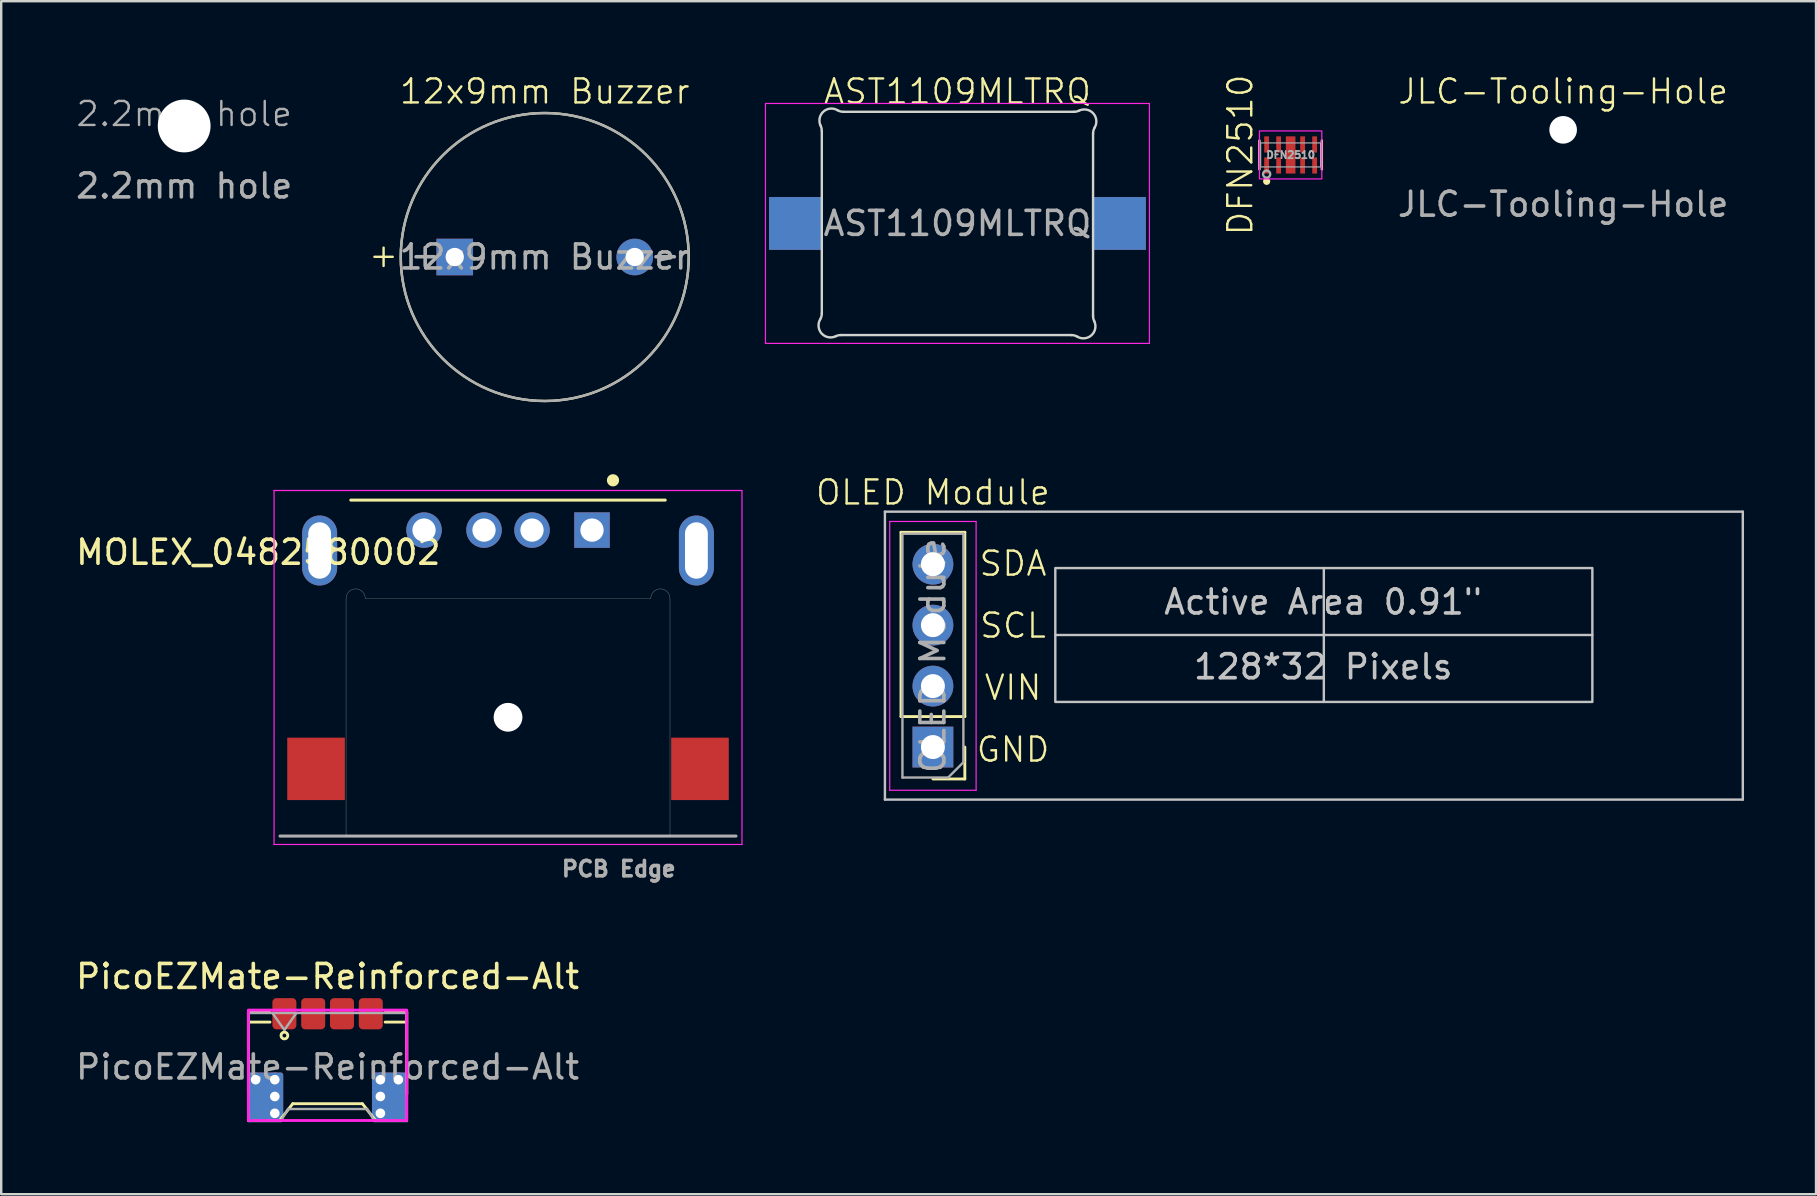
<source format=kicad_pcb>
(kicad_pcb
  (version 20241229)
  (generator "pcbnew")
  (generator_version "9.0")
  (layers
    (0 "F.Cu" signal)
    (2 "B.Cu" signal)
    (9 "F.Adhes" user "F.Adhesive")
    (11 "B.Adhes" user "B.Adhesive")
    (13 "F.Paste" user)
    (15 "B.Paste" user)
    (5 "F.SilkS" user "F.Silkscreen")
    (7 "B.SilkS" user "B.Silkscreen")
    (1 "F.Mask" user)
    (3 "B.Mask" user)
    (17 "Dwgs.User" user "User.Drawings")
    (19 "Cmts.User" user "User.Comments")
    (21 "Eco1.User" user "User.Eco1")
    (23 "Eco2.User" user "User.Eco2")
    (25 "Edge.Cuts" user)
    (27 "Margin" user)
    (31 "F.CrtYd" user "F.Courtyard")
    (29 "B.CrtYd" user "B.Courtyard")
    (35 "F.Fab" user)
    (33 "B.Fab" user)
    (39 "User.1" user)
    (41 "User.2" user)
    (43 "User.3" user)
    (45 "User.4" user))
  (footprint "DFN2510"
    (layer "F.Cu")
    (at 50.733 3.407)
    (property "Reference" "DFN2510" (at -2.1 0 90) (unlocked yes) (layer "F.SilkS") (effects (font (size 1 1) (thickness 0.1))))
    (attr smd)
    (fp_line (start -1.3 0.6) (end -1.3 -0.6) (stroke (width 0.1) (type default)) (layer "F.SilkS"))
    (fp_line (start 1.3 0.6) (end 1.3 -0.6) (stroke (width 0.1) (type default)) (layer "F.SilkS"))
    (fp_circle (center -1 1.1) (end -0.85 1.1) (stroke (width 0) (type solid)) (fill yes) (layer "F.SilkS"))
    (fp_rect (start -1.3 -1) (end 1.3 1) (stroke (width 0.05) (type default)) (fill no) (layer "F.CrtYd"))
    (fp_rect (start -1.25 -0.5) (end 1.25 0.5) (stroke (width 0.05) (type default)) (fill no) (layer "F.Fab"))
    (fp_circle (center -1 0.8) (end -0.85 0.8) (stroke (width 0.1) (type solid)) (fill no) (layer "F.Fab"))
    (fp_text user "${REFERENCE}" (at 0 0 0) (unlocked yes) (layer "F.Fab") (effects (font (size 0.3 0.3) (thickness 0.075) (bold yes))))
    (pad "1" smd rect (at -1 0.438) (size 0.2 0.675) (layers "F.Cu" "F.Mask" "F.Paste"))
    (pad "2" smd rect (at -0.5 0.438) (size 0.2 0.675) (layers "F.Cu" "F.Mask" "F.Paste"))
    (pad "3" smd rect (at 0 0.388) (size 0.4 0.775) (layers "F.Cu" "F.Mask" "F.Paste"))
    (pad "4" smd rect (at 0.5 0.438) (size 0.2 0.675) (layers "F.Cu" "F.Mask" "F.Paste"))
    (pad "5" smd rect (at 1 0.438) (size 0.2 0.675) (layers "F.Cu" "F.Mask" "F.Paste"))
    (pad "6" smd rect (at 1 -0.438) (size 0.2 0.675) (layers "F.Cu" "F.Mask" "F.Paste"))
    (pad "7" smd rect (at 0.5 -0.438) (size 0.2 0.675) (layers "F.Cu" "F.Mask" "F.Paste"))
    (pad "8" smd rect (at 0 -0.388) (size 0.4 0.775) (layers "F.Cu" "F.Mask" "F.Paste"))
    (pad "9" smd rect (at -0.5 -0.438) (size 0.2 0.675) (layers "F.Cu" "F.Mask" "F.Paste"))
    (pad "10" smd rect (at -1 -0.438) (size 0.2 0.675) (layers "F.Cu" "F.Mask" "F.Paste")))
  (footprint "2.2mm hole"
    (layer "F.Cu")
    (at 4.625 2.2)
    (property "Reference" "2.2mm hole" (at 0 -0.5 0) (unlocked yes) (layer "F.Fab") (effects (font (size 1 1) (thickness 0.1))))
    (attr through_hole)
    (fp_circle (center 0 0) (end 2.2 0) (stroke (width 0) (type solid)) (fill yes) (layer "F.Mask"))
    (fp_circle (center 0 0) (end 2.2 0) (stroke (width 0) (type solid)) (fill yes) (layer "B.Mask"))
    (fp_text user "${REFERENCE}" (at 0 2.5 0) (unlocked yes) (layer "F.Fab") (effects (font (size 1 1) (thickness 0.15))))
    (pad "" np_thru_hole circle (at 0 0) (size 2.2 2.2) (drill 2.2) (layers "*.Cu")))
  (footprint "AST1109MLTRQ"
    (layer "F.Cu")
    (at 36.848 6.261)
    (property "Reference" "AST1109MLTRQ" (at 0 -5.5 0) (unlocked yes) (layer "F.SilkS") (effects (font (size 1 1) (thickness 0.1))))
    (attr smd)
    (fp_line (start -5.652 3.746) (end -5.652 -3.854) (stroke (width 0.1) (type default)) (layer "Edge.Cuts"))
    (fp_line (start -4.746 -4.651) (end 4.855 -4.652) (stroke (width 0.1) (type default)) (layer "Edge.Cuts"))
    (fp_line (start 4.746 4.652) (end -4.855 4.651) (stroke (width 0.1) (type default)) (layer "Edge.Cuts"))
    (fp_line (start 5.652 -3.746) (end 5.651 3.855) (stroke (width 0.1) (type default)) (layer "Edge.Cuts"))
    (fp_arc (start -5.701485 -4.070877) (mid -5.664511 -3.965229) (end -5.652 -3.854) (stroke (width 0.1) (type solid)) (layer "Edge.Cuts"))
    (fp_arc (start -5.701485 -4.070877) (mid -5.59007 -4.655189) (end -4.998712 -4.719454) (stroke (width 0.1) (type solid)) (layer "Edge.Cuts"))
    (fp_arc (start -5.651701 3.745742) (mid -5.66909 3.876409) (end -5.72 3.998) (stroke (width 0.1) (type solid)) (layer "Edge.Cuts"))
    (fp_arc (start -5.071421 4.700774) (mid -5.655733 4.589359) (end -5.719998 3.998001) (stroke (width 0.1) (type solid)) (layer "Edge.Cuts"))
    (fp_arc (start -5.071421 4.700774) (mid -4.965773 4.6638) (end -4.854544 4.651289) (stroke (width 0.1) (type solid)) (layer "Edge.Cuts"))
    (fp_arc (start -4.746453 -4.651157) (mid -4.877121 -4.668544) (end -4.998711 -4.719456) (stroke (width 0.1) (type solid)) (layer "Edge.Cuts"))
    (fp_arc (start 4.745742 4.651701) (mid 4.876409 4.66909) (end 4.998 4.72) (stroke (width 0.1) (type solid)) (layer "Edge.Cuts"))
    (fp_arc (start 5.071688 -4.701415) (mid 4.96604 -4.664441) (end 4.854811 -4.65193) (stroke (width 0.1) (type solid)) (layer "Edge.Cuts"))
    (fp_arc (start 5.071688 -4.701415) (mid 5.656 -4.59) (end 5.720265 -3.998642) (stroke (width 0.1) (type solid)) (layer "Edge.Cuts"))
    (fp_arc (start 5.651968 -3.746383) (mid 5.669356 -3.87705) (end 5.720267 -3.998641) (stroke (width 0.1) (type solid)) (layer "Edge.Cuts"))
    (fp_arc (start 5.700774 4.071421) (mid 5.589359 4.655733) (end 4.998001 4.719998) (stroke (width 0.1) (type solid)) (layer "Edge.Cuts"))
    (fp_arc (start 5.700774 4.071421) (mid 5.6638 3.965773) (end 5.651289 3.854544) (stroke (width 0.1) (type solid)) (layer "Edge.Cuts"))
    (fp_rect (start -8 -5) (end 8 5) (stroke (width 0.05) (type default)) (fill no) (layer "F.CrtYd"))
    (fp_text user "${REFERENCE}" (at 0 0 0) (unlocked yes) (layer "F.Fab") (effects (font (size 1 1) (thickness 0.15))))
    (pad "1" smd rect (at -6.752 0) (size 2.2 2.2) (layers "F.Cu" "F.Mask"))
    (pad "1" smd rect (at -6.752 0) (size 2.2 2.2) (layers "B.Cu" "B.Mask"))
    (pad "2" smd rect (at 6.752 0) (size 2.2 2.2) (layers "F.Cu" "F.Mask"))
    (pad "2" smd rect (at 6.752 0) (size 2.2 2.2) (layers "B.Cu" "B.Mask")))
  (footprint "OLED Module"
    (layer "F.Cu")
    (at 35.826 24.271)
    (property "Reference" "OLED Module" (at 0 -6.8 0) (unlocked yes) (layer "F.SilkS") (effects (font (size 1 1) (thickness 0.1))))
    (attr through_hole)
    (fp_line (start -1.33 2.54) (end -1.33 -5.14) (stroke (width 0.12) (type solid)) (layer "F.SilkS"))
    (fp_line (start 1.33 -5.14) (end -1.33 -5.14) (stroke (width 0.12) (type solid)) (layer "F.SilkS"))
    (fp_line (start 1.33 2.54) (end -1.33 2.54) (stroke (width 0.12) (type solid)) (layer "F.SilkS"))
    (fp_line (start 1.33 2.54) (end 1.33 -5.14) (stroke (width 0.12) (type solid)) (layer "F.SilkS"))
    (fp_line (start 1.33 3.81) (end 1.33 5.14) (stroke (width 0.12) (type solid)) (layer "F.SilkS"))
    (fp_line (start 1.33 5.14) (end 0 5.14) (stroke (width 0.12) (type solid)) (layer "F.SilkS"))
    (fp_line (start -2 -6) (end -2 6) (stroke (width 0.1) (type default)) (layer "Dwgs.User"))
    (fp_line (start -2 -6) (end 33.75 -6) (stroke (width 0.1) (type default)) (layer "Dwgs.User"))
    (fp_line (start -2 6) (end 33.75 6) (stroke (width 0.1) (type default)) (layer "Dwgs.User"))
    (fp_line (start 5.1 -0.86) (end 27.48 -0.86) (stroke (width 0.1) (type default)) (layer "Dwgs.User"))
    (fp_line (start 16.29 -3.65) (end 16.29 1.93) (stroke (width 0.1) (type default)) (layer "Dwgs.User"))
    (fp_line (start 33.75 -6) (end 33.75 6) (stroke (width 0.1) (type default)) (layer "Dwgs.User"))
    (fp_rect (start 5.1 -3.65) (end 27.48 1.93) (stroke (width 0.1) (type default)) (fill no) (layer "Dwgs.User"))
    (fp_line (start -1.8 -5.59) (end -1.8 5.61) (stroke (width 0.05) (type solid)) (layer "F.CrtYd"))
    (fp_line (start -1.8 5.61) (end 1.8 5.61) (stroke (width 0.05) (type solid)) (layer "F.CrtYd"))
    (fp_line (start 1.8 -5.59) (end -1.8 -5.59) (stroke (width 0.05) (type solid)) (layer "F.CrtYd"))
    (fp_line (start 1.8 5.61) (end 1.8 -5.59) (stroke (width 0.05) (type solid)) (layer "F.CrtYd"))
    (fp_line (start -1.27 -5.08) (end 1.27 -5.08) (stroke (width 0.1) (type solid)) (layer "F.Fab"))
    (fp_line (start -1.27 5.08) (end -1.27 -5.08) (stroke (width 0.1) (type solid)) (layer "F.Fab"))
    (fp_line (start 0.635 5.08) (end -1.27 5.08) (stroke (width 0.1) (type solid)) (layer "F.Fab"))
    (fp_line (start 1.27 -5.08) (end 1.27 4.445) (stroke (width 0.1) (type solid)) (layer "F.Fab"))
    (fp_line (start 1.27 4.445) (end 0.635 5.08) (stroke (width 0.1) (type solid)) (layer "F.Fab"))
    (fp_text user "VIN" (at 2.083 1.917 0) (unlocked yes) (layer "F.SilkS") (effects (font (size 1 1) (thickness 0.1)) (justify left bottom)))
    (fp_text user "SCL" (at 1.893 -0.667 0) (unlocked yes) (layer "F.SilkS") (effects (font (size 1 1) (thickness 0.1)) (justify left bottom)))
    (fp_text user "SDA" (at 1.869 -3.25 0) (unlocked yes) (layer "F.SilkS") (effects (font (size 1 1) (thickness 0.1)) (justify left bottom)))
    (fp_text user "GND" (at 1.75 4.5 0) (unlocked yes) (layer "F.SilkS") (effects (font (size 1 1) (thickness 0.1)) (justify left bottom)))
    (fp_text user "Active Area 0.91\"" (at 9.546 -1.65 0) (unlocked yes) (layer "Dwgs.User") (effects (font (size 1 1) (thickness 0.15)) (justify left bottom)))
    (fp_text user "128*32 Pixels" (at 10.784 1.05 0) (unlocked yes) (layer "Dwgs.User") (effects (font (size 1 1) (thickness 0.15)) (justify left bottom)))
    (fp_text user "${REFERENCE}" (at 0 0 270) (layer "F.Fab") (effects (font (size 1 1) (thickness 0.15))))
    (pad "1" thru_hole rect (at 0 3.81 180) (size 1.7 1.7) (drill 1) (layers "*.Cu" "*.Mask"))
    (pad "2" thru_hole oval (at 0 1.27 180) (size 1.7 1.7) (drill 1) (layers "*.Cu" "*.Mask"))
    (pad "3" thru_hole oval (at 0 -1.27 180) (size 1.7 1.7) (drill 1) (layers "*.Cu" "*.Mask"))
    (pad "4" thru_hole oval (at 0 -3.81 180) (size 1.7 1.7) (drill 1) (layers "*.Cu" "*.Mask")))
  (footprint "12x9mm Buzzer"
    (layer "F.Cu")
    (at 19.65 7.66)
    (property "Reference" "12x9mm Buzzer" (at 0 -6.9 0) (unlocked yes) (layer "F.SilkS") (effects (font (size 1 1) (thickness 0.1))))
    (attr through_hole)
    (fp_circle (center 0 0) (end 0 -6) (stroke (width 0.1) (type default)) (fill no) (layer "F.SilkS"))
    (fp_circle (center 0 0) (end 0 -6) (stroke (width 0.1) (type default)) (fill no) (layer "F.Fab"))
    (fp_text user "+" (at -7.4 0.5 0) (unlocked yes) (layer "F.SilkS") (effects (font (size 1 1) (thickness 0.1)) (justify left bottom)))
    (fp_text user "${REFERENCE}" (at 0 0 0) (unlocked yes) (layer "F.Fab") (effects (font (size 1 1) (thickness 0.15))))
    (fp_text user "+" (at -5.7 0.5 0) (unlocked yes) (layer "F.Fab") (effects (font (size 1 1) (thickness 0.15)) (justify left bottom)))
    (fp_text user "-" (at 4.3 0.5 0) (unlocked yes) (layer "F.Fab") (effects (font (size 1 1) (thickness 0.15)) (justify left bottom)))
    (pad "1" thru_hole rect (at -3.75 0) (size 1.524 1.524) (drill 0.762) (layers "*.Cu" "*.Mask"))
    (pad "2" thru_hole circle (at 3.75 0) (size 1.524 1.524) (drill 0.762) (layers "*.Cu" "*.Mask")))
  (footprint "PicoEZMate-Reinforced-Alt"
    (layer "F.Cu")
    (at 10.601 41.143)
    (property "Reference" "PicoEZMate-Reinforced-Alt" (at 0 -3.5 0) (layer "F.SilkS") (effects (font (size 1 1) (thickness 0.15))))
    (attr smd)
    (fp_line (start -3.3 -2) (end -3.3 1.4) (stroke (width 0.12) (type solid)) (layer "F.SilkS"))
    (fp_line (start -3.3 -2) (end -2.4 -2) (stroke (width 0.12) (type solid)) (layer "F.SilkS"))
    (fp_line (start -2.4 -1.6) (end -3.3 -1.6) (stroke (width 0.12) (type solid)) (layer "F.SilkS"))
    (fp_line (start -2 2.5) (end -2.5 2.5) (stroke (width 0.12) (type solid)) (layer "F.SilkS"))
    (fp_line (start -1.45 1.8) (end -2 2.5) (stroke (width 0.12) (type solid)) (layer "F.SilkS"))
    (fp_line (start 1.45 1.8) (end -1.45 1.8) (stroke (width 0.12) (type solid)) (layer "F.SilkS"))
    (fp_line (start 2 2.5) (end 1.45 1.8) (stroke (width 0.12) (type solid)) (layer "F.SilkS"))
    (fp_line (start 2 2.5) (end 2.5 2.5) (stroke (width 0.12) (type solid)) (layer "F.SilkS"))
    (fp_line (start 2.4 -2) (end 3.3 -2) (stroke (width 0.12) (type solid)) (layer "F.SilkS"))
    (fp_line (start 3.3 -2) (end 3.3 1.4) (stroke (width 0.12) (type solid)) (layer "F.SilkS"))
    (fp_line (start 3.3 -1.6) (end 2.4 -1.6) (stroke (width 0.12) (type solid)) (layer "F.SilkS"))
    (fp_circle (center -1.8 -1.041) (end -1.7 -1.141) (stroke (width 0.12) (type solid)) (fill no) (layer "F.SilkS"))
    (fp_rect (start -3.3 -2.1) (end 3.3 2.5) (stroke (width 0.12) (type solid)) (fill no) (layer "F.CrtYd"))
    (fp_line (start -3.3 -1.98) (end -3.3 2.52) (stroke (width 0.1) (type solid)) (layer "F.Fab"))
    (fp_line (start -3.3 -1.98) (end 3.3 -1.98) (stroke (width 0.1) (type solid)) (layer "F.Fab"))
    (fp_line (start -3.3 2.52) (end -1.95 2.52) (stroke (width 0.1) (type solid)) (layer "F.Fab"))
    (fp_line (start -2.3 -1.98) (end -1.8 -1.273) (stroke (width 0.1) (type solid)) (layer "F.Fab"))
    (fp_line (start -1.95 2.52) (end -1.65 2.02) (stroke (width 0.1) (type solid)) (layer "F.Fab"))
    (fp_line (start -1.8 -1.273) (end -1.3 -1.98) (stroke (width 0.1) (type solid)) (layer "F.Fab"))
    (fp_line (start -1.65 2.02) (end 1.65 2.02) (stroke (width 0.1) (type solid)) (layer "F.Fab"))
    (fp_line (start 1.65 2.02) (end 1.95 2.52) (stroke (width 0.1) (type solid)) (layer "F.Fab"))
    (fp_line (start 1.95 2.52) (end 3.3 2.52) (stroke (width 0.1) (type solid)) (layer "F.Fab"))
    (fp_line (start 3.3 -1.98) (end 3.3 2.52) (stroke (width 0.1) (type solid)) (layer "F.Fab"))
    (fp_text user "${REFERENCE}" (at 0 0.27 0) (layer "F.Fab") (effects (font (size 1 1) (thickness 0.15))))
    (pad "" smd roundrect (at -2.95 2) (size 0.7 1) (layers "F.Mask" "F.Paste") (roundrect_rratio 0.143))
    (pad "" smd roundrect (at -1.8 -2) (size 0.75 1.2) (layers "F.Mask" "F.Paste") (roundrect_rratio 0.167))
    (pad "" smd roundrect (at -0.6 -2) (size 0.75 1.2) (layers "F.Mask" "F.Paste") (roundrect_rratio 0.167))
    (pad "" smd roundrect (at 0.6 -2) (size 0.75 1.2) (layers "F.Mask" "F.Paste") (roundrect_rratio 0.167))
    (pad "" smd roundrect (at 1.8 -2) (size 0.75 1.2) (layers "F.Mask" "F.Paste") (roundrect_rratio 0.167))
    (pad "" smd roundrect (at 2.95 2) (size 0.7 1) (layers "F.Mask" "F.Paste") (roundrect_rratio 0.143))
    (pad "1" smd roundrect (at -1.8 -1.95) (size 1 1.3) (layers "F.Cu") (roundrect_rratio 0.167))
    (pad "2" smd roundrect (at -0.6 -1.95) (size 1 1.3) (layers "F.Cu") (roundrect_rratio 0.167))
    (pad "3" smd roundrect (at 0.6 -1.95) (size 1 1.3) (layers "F.Cu") (roundrect_rratio 0.167))
    (pad "4" smd roundrect (at 1.8 -1.95) (size 1 1.3) (layers "F.Cu") (roundrect_rratio 0.167))
    (pad "MP" thru_hole circle (at -3 0.8) (size 0.6 0.6) (drill 0.4) (layers "*.Cu"))
    (pad "MP" smd roundrect (at -2.575 1.5) (size 1.45 2) (layers "F.Cu") (roundrect_rratio 0.069))
    (pad "MP" smd roundrect (at -2.575 1.5) (size 1.45 2) (layers "B.Cu") (roundrect_rratio 0.069))
    (pad "MP" thru_hole circle (at -2.2 0.8) (size 0.6 0.6) (drill 0.4) (layers "*.Cu"))
    (pad "MP" thru_hole circle (at -2.2 1.5) (size 0.6 0.6) (drill 0.4) (layers "*.Cu"))
    (pad "MP" thru_hole circle (at -2.2 2.2) (size 0.6 0.6) (drill 0.4) (layers "*.Cu"))
    (pad "MP" thru_hole circle (at 2.2 0.8) (size 0.6 0.6) (drill 0.4) (layers "*.Cu"))
    (pad "MP" thru_hole circle (at 2.2 1.5) (size 0.6 0.6) (drill 0.4) (layers "*.Cu"))
    (pad "MP" thru_hole circle (at 2.2 2.2) (size 0.6 0.6) (drill 0.4) (layers "*.Cu"))
    (pad "MP" smd roundrect (at 2.575 1.5) (size 1.45 2) (layers "F.Cu") (roundrect_rratio 0.069))
    (pad "MP" smd roundrect (at 2.575 1.5) (size 1.45 2) (layers "B.Cu") (roundrect_rratio 0.069))
    (pad "MP" thru_hole circle (at 2.95 0.8) (size 0.6 0.6) (drill 0.4) (layers "*.Cu")))
  (footprint "JLC-Tooling-Hole"
    (layer "F.Cu")
    (at 62.089 2.361)
    (property "Reference" "JLC-Tooling-Hole" (at 0 -1.6 0) (unlocked yes) (layer "F.SilkS") (effects (font (size 1 1) (thickness 0.1))))
    (attr through_hole)
    (fp_circle (center 0 0) (end 0.65 0) (stroke (width 0) (type solid)) (fill yes) (layer "F.Mask"))
    (fp_circle (center 0 0) (end 0.65 0) (stroke (width 0) (type solid)) (fill yes) (layer "B.Mask"))
    (fp_text user "${REFERENCE}" (at 0 3.1 0) (unlocked yes) (layer "F.Fab") (effects (font (size 1 1) (thickness 0.15))))
    (pad "" np_thru_hole circle (at 0 0) (size 1.152 1.152) (drill 1.152) (layers "*.Mask" "F.Cu")))
  (footprint "MOLEX_0482580002"
    (layer "F.Cu")
    (at 18.12 19.89)
    (property "Reference" "MOLEX_0482580002" (at -10.407 0.075 180) (layer "F.SilkS") (effects (font (size 1.002 1.002) (thickness 0.15))))
    (attr through_hole)
    (fp_line (start -6.55 -2.1) (end 6.55 -2.1) (stroke (width 0.127) (type solid)) (layer "F.SilkS"))
    (fp_circle (center 4.375 -2.925) (end 4.629 -2.925) (stroke (width 0) (type solid)) (fill yes) (layer "F.SilkS"))
    (fp_line (start -6.75 11.9) (end -6.75 2) (stroke (width 0.01) (type solid)) (layer "Edge.Cuts"))
    (fp_line (start -5.95 2) (end 5.95 2) (stroke (width 0.01) (type solid)) (layer "Edge.Cuts"))
    (fp_line (start 6.75 2) (end 6.75 11.9) (stroke (width 0.01) (type solid)) (layer "Edge.Cuts"))
    (fp_line (start 6.75 11.9) (end -6.75 11.9) (stroke (width 0.01) (type solid)) (layer "Edge.Cuts"))
    (fp_arc (start -6.75 2) (mid -6.632843 1.717157) (end -6.35 1.6) (stroke (width 0.01) (type solid)) (layer "Edge.Cuts"))
    (fp_arc (start -6.35 1.6) (mid -6.067157 1.717157) (end -5.95 2) (stroke (width 0.01) (type solid)) (layer "Edge.Cuts"))
    (fp_arc (start 5.95 2) (mid 6.067157 1.717157) (end 6.35 1.6) (stroke (width 0.01) (type solid)) (layer "Edge.Cuts"))
    (fp_arc (start 6.35 1.6) (mid 6.632843 1.717157) (end 6.75 2) (stroke (width 0.01) (type solid)) (layer "Edge.Cuts"))
    (fp_line (start -9.75 -2.5) (end -9.75 12.25) (stroke (width 0.05) (type solid)) (layer "F.CrtYd"))
    (fp_line (start -9.75 12.25) (end 9.75 12.25) (stroke (width 0.05) (type solid)) (layer "F.CrtYd"))
    (fp_line (start 9.75 -2.5) (end -9.75 -2.5) (stroke (width 0.05) (type solid)) (layer "F.CrtYd"))
    (fp_line (start 9.75 12.25) (end 9.75 -2.5) (stroke (width 0.05) (type solid)) (layer "F.CrtYd"))
    (fp_line (start -9.5 11.9) (end 9.5 11.9) (stroke (width 0.127) (type solid)) (layer "F.Fab"))
    (fp_text user "PCB Edge" (at 4.614 13.267 0) (layer "F.Fab") (effects (font (size 0.642 0.642) (thickness 0.15))))
    (pad "" np_thru_hole circle (at 0 6.95) (size 1.2 1.2) (drill 1.2) (layers "*.Cu" "*.Mask"))
    (pad "1" thru_hole rect (at 3.5 -0.85) (size 1.478 1.478) (drill 0.97) (layers "*.Cu" "*.Mask"))
    (pad "2" thru_hole circle (at 1 -0.85) (size 1.478 1.478) (drill 0.97) (layers "*.Cu" "*.Mask"))
    (pad "3" thru_hole circle (at -1 -0.85) (size 1.478 1.478) (drill 0.97) (layers "*.Cu" "*.Mask"))
    (pad "4" thru_hole circle (at -3.5 -0.85) (size 1.478 1.478) (drill 0.97) (layers "*.Cu" "*.Mask"))
    (pad "P1" thru_hole oval (at -7.85 0) (size 1.458 2.916) (drill oval 0.95 2.35) (layers "*.Cu" "*.Mask"))
    (pad "P2" thru_hole oval (at 7.85 0) (size 1.458 2.916) (drill oval 0.95 2.35) (layers "*.Cu" "*.Mask"))
    (pad "P3" smd rect (at -8 9.1) (size 2.4 2.6) (layers "F.Cu" "F.Mask" "F.Paste"))
    (pad "P4" smd rect (at 8 9.1) (size 2.4 2.6) (layers "F.Cu" "F.Mask" "F.Paste")))
  (gr_rect
    (start -3 -3)
    (end 72.626 46.713)
    (stroke (width 0.1) (type default))
    (fill no)
    (layer "Edge.Cuts")))
</source>
